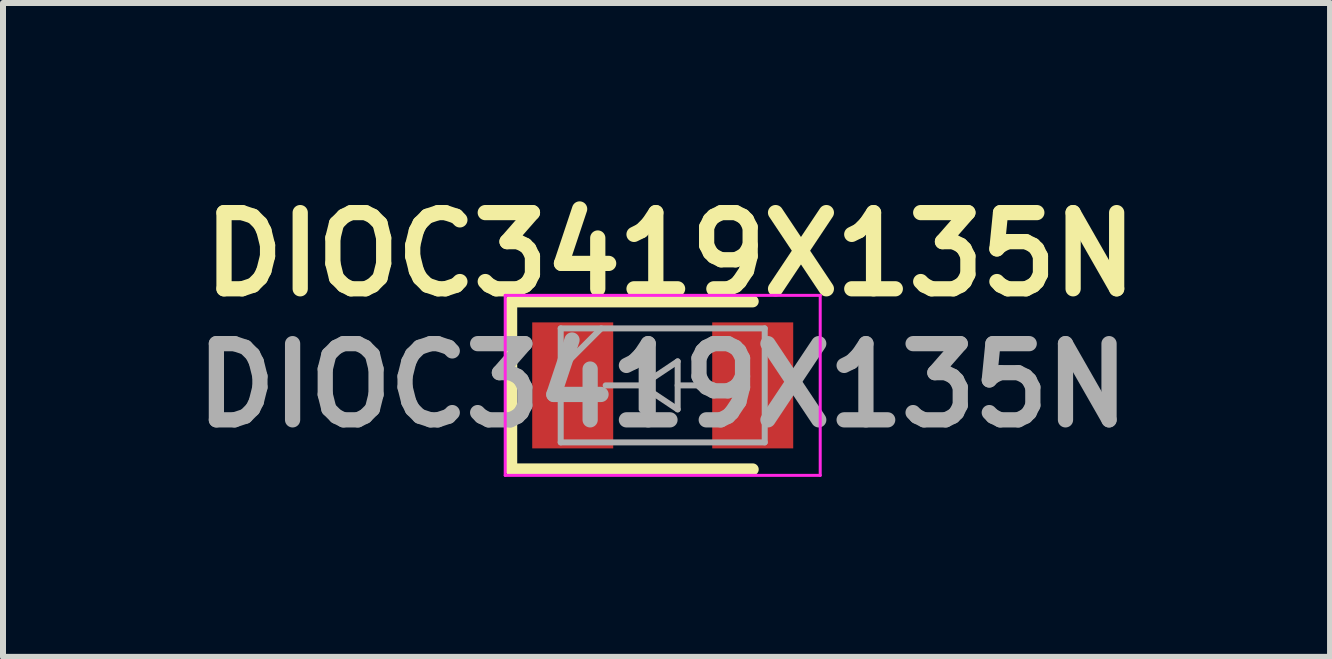
<source format=kicad_pcb>
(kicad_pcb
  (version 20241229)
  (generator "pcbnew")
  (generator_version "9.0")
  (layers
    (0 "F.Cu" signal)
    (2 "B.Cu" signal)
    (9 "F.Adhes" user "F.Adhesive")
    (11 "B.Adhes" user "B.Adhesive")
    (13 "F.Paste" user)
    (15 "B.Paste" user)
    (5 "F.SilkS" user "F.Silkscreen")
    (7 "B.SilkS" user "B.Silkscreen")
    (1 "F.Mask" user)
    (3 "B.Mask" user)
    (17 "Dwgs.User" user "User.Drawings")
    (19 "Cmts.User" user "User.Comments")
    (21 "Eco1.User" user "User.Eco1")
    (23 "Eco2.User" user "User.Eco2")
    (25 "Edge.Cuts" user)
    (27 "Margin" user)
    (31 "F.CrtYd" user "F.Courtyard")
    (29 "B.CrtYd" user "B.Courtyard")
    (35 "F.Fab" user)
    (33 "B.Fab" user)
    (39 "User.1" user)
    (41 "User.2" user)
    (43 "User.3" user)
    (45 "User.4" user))
  (footprint "DIOC3419X135N"
    (layer "F.Cu")
    (at 7.995 3.373)
    (property "Reference" "DIOC3419X135N" (at 0.127 -2.184 0) (layer "F.SilkS") (effects (font (size 1.27 1.27) (thickness 0.254))))
    (attr smd)
    (fp_line (start -2.525 -1.4) (end -2.525 1.4) (stroke (width 0.2) (type solid)) (layer "F.SilkS"))
    (fp_line (start -2.525 1.4) (end 1.5 1.4) (stroke (width 0.2) (type solid)) (layer "F.SilkS"))
    (fp_line (start 1.5 -1.4) (end -2.525 -1.4) (stroke (width 0.2) (type solid)) (layer "F.SilkS"))
    (fp_line (start -2.625 -1.5) (end 2.625 -1.5) (stroke (width 0.05) (type solid)) (layer "F.CrtYd"))
    (fp_line (start -2.625 1.5) (end -2.625 -1.5) (stroke (width 0.05) (type solid)) (layer "F.CrtYd"))
    (fp_line (start 2.625 -1.5) (end 2.625 1.5) (stroke (width 0.05) (type solid)) (layer "F.CrtYd"))
    (fp_line (start 2.625 1.5) (end -2.625 1.5) (stroke (width 0.05) (type solid)) (layer "F.CrtYd"))
    (fp_line (start -1.7 -0.95) (end 1.7 -0.95) (stroke (width 0.1) (type solid)) (layer "F.Fab"))
    (fp_line (start -1.7 -0.275) (end -1.025 -0.95) (stroke (width 0.1) (type solid)) (layer "F.Fab"))
    (fp_line (start -1.7 0.95) (end -1.7 -0.95) (stroke (width 0.1) (type solid)) (layer "F.Fab"))
    (fp_line (start -0.351 -0.4) (end -0.351 0.4) (stroke (width 0.1) (type solid)) (layer "F.Fab"))
    (fp_line (start -0.351 0) (end -0.951 0) (stroke (width 0.1) (type solid)) (layer "F.Fab"))
    (fp_line (start -0.351 0) (end 0.249 -0.4) (stroke (width 0.1) (type solid)) (layer "F.Fab"))
    (fp_line (start -0.351 0.001) (end 0.249 0.4) (stroke (width 0.1) (type solid)) (layer "F.Fab"))
    (fp_line (start 0.249 0) (end 0.849 0) (stroke (width 0.1) (type solid)) (layer "F.Fab"))
    (fp_line (start 0.249 0.4) (end 0.249 -0.4) (stroke (width 0.1) (type solid)) (layer "F.Fab"))
    (fp_line (start 1.7 -0.95) (end 1.7 0.95) (stroke (width 0.1) (type solid)) (layer "F.Fab"))
    (fp_line (start 1.7 0.95) (end -1.7 0.95) (stroke (width 0.1) (type solid)) (layer "F.Fab"))
    (fp_text user "${REFERENCE}" (at 0 0 0) (layer "F.Fab") (effects (font (size 1.27 1.27) (thickness 0.254))))
    (pad "1" smd rect (at -1.5 0) (size 1.35 2.1) (layers "F.Cu" "F.Mask" "F.Paste"))
    (pad "2" smd rect (at 1.5 0) (size 1.35 2.1) (layers "F.Cu" "F.Mask" "F.Paste")))
  (gr_rect
    (start -3 -3)
    (end 19.117 7.898)
    (stroke (width 0.1) (type default))
    (fill no)
    (layer "Edge.Cuts")))
</source>
